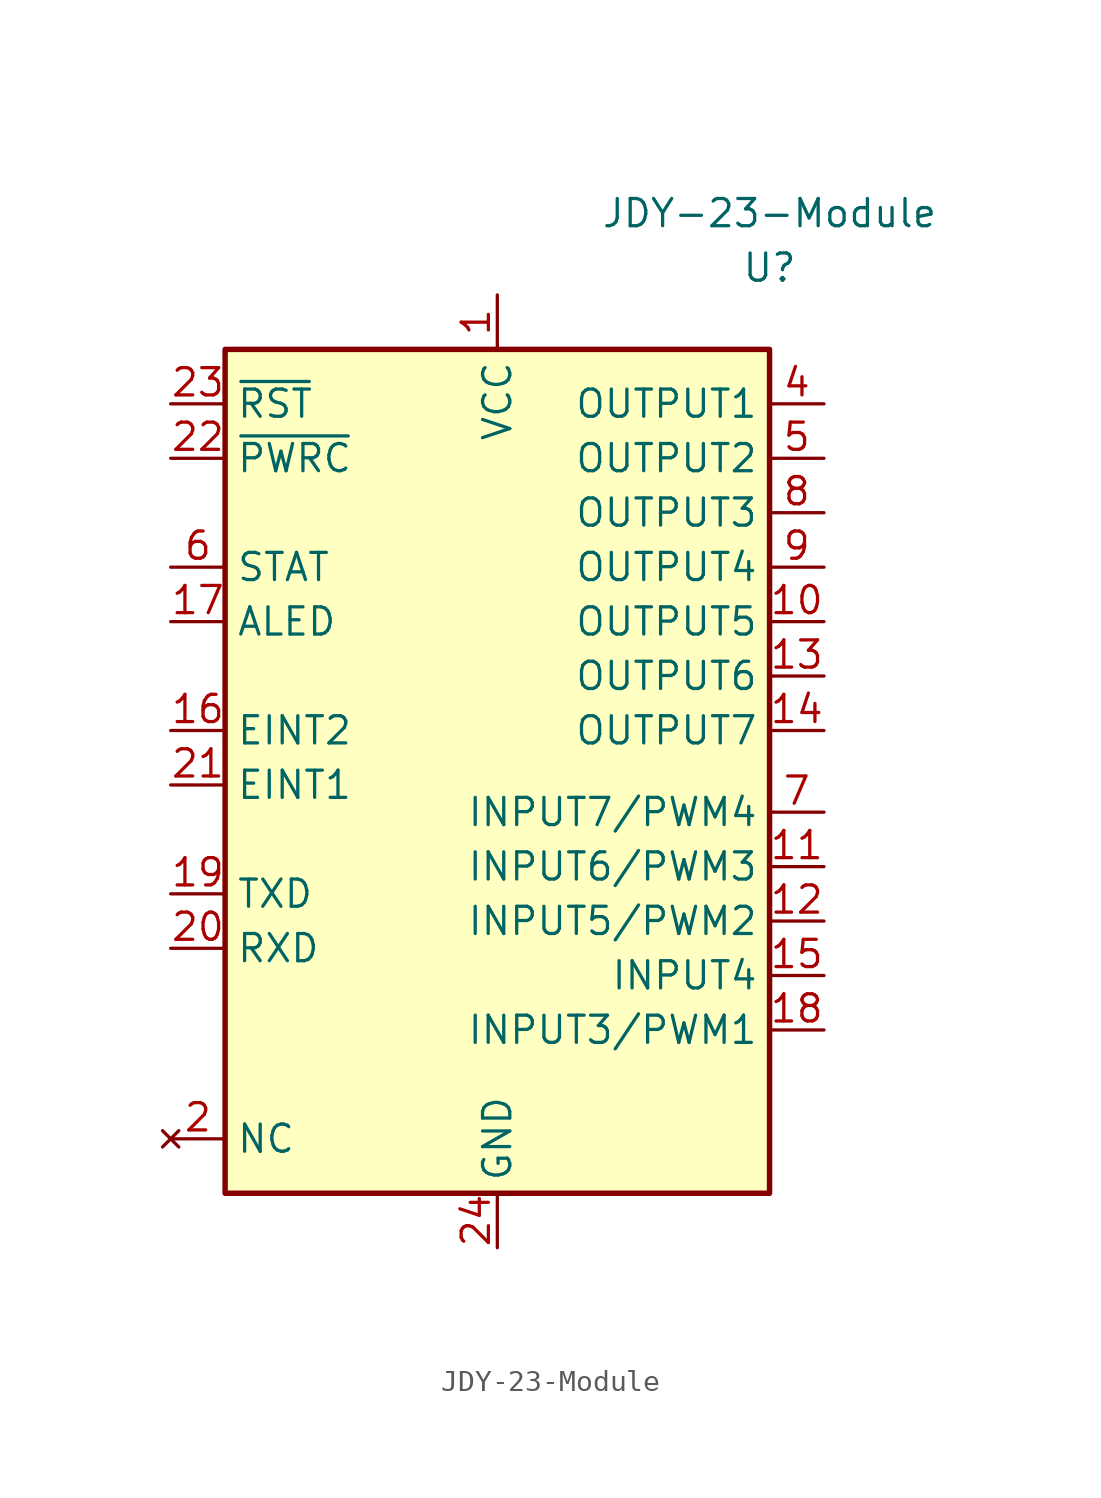
<source format=kicad_sym>
(kicad_symbol_lib
  (version 20211014)
  (generator kicad_symbol_editor)
  (symbol "JDY-23-Module"
    (property "Reference" "U"
      (at 12.7 8.89 0)
      (effects (font (size 1.27 1.27))))
    (property "Value" "JDY-23-Module"
      (at 12.7 11.43 0)
      (effects (font (size 1.27 1.27))))
    (symbol "JDY-23-Module_0_1"
      (rectangle (start -12.7 5.08) (end 12.7 -34.29) (stroke (width 0.254) (type default) (color 0 0 0 0)) (fill (type background))))
    (symbol "JDY-23-Module_1_1"
      (pin power_in line (at 0 7.62 270) (length 2.54) (name "VCC" (effects (font (size 1.27 1.27)))) (number "1" (effects (font (size 1.27 1.27)))))
      (pin output line (at 15.24 -7.62 180) (length 2.54) (name "OUTPUT5" (effects (font (size 1.27 1.27)))) (number "10" (effects (font (size 1.27 1.27)))))
      (pin bidirectional line (at 15.24 -19.05 180) (length 2.54) (name "INPUT6/PWM3" (effects (font (size 1.27 1.27)))) (number "11" (effects (font (size 1.27 1.27)))))
      (pin bidirectional line (at 15.24 -21.59 180) (length 2.54) (name "INPUT5/PWM2" (effects (font (size 1.27 1.27)))) (number "12" (effects (font (size 1.27 1.27)))))
      (pin output line (at 15.24 -10.16 180) (length 2.54) (name "OUTPUT6" (effects (font (size 1.27 1.27)))) (number "13" (effects (font (size 1.27 1.27)))))
      (pin output line (at 15.24 -12.7 180) (length 2.54) (name "OUTPUT7" (effects (font (size 1.27 1.27)))) (number "14" (effects (font (size 1.27 1.27)))))
      (pin bidirectional line (at 15.24 -24.13 180) (length 2.54) (name "INPUT4" (effects (font (size 1.27 1.27)))) (number "15" (effects (font (size 1.27 1.27)))))
      (pin input line (at -15.24 -12.7 0) (length 2.54) (name "EINT2" (effects (font (size 1.27 1.27)))) (number "16" (effects (font (size 1.27 1.27)))))
      (pin output line (at -15.24 -7.62 0) (length 2.54) (name "ALED" (effects (font (size 1.27 1.27)))) (number "17" (effects (font (size 1.27 1.27)))))
      (pin bidirectional line (at 15.24 -26.67 180) (length 2.54) (name "INPUT3/PWM1" (effects (font (size 1.27 1.27)))) (number "18" (effects (font (size 1.27 1.27)))))
      (pin bidirectional line (at -15.24 -20.32 0) (length 2.54) (name "TXD" (effects (font (size 1.27 1.27)))) (number "19" (effects (font (size 1.27 1.27)))))
      (pin no_connect line (at -15.24 -31.75 0) (length 2.54) (name "NC" (effects (font (size 1.27 1.27)))) (number "2" (effects (font (size 1.27 1.27)))))
      (pin bidirectional line (at -15.24 -22.86 0) (length 2.54) (name "RXD" (effects (font (size 1.27 1.27)))) (number "20" (effects (font (size 1.27 1.27)))))
      (pin input line (at -15.24 -15.24 0) (length 2.54) (name "EINT1" (effects (font (size 1.27 1.27)))) (number "21" (effects (font (size 1.27 1.27)))))
      (pin input line (at -15.24 0 0) (length 2.54) (name "~{PWRC}" (effects (font (size 1.27 1.27)))) (number "22" (effects (font (size 1.27 1.27)))))
      (pin input line (at -15.24 2.54 0) (length 2.54) (name "~{RST}" (effects (font (size 1.27 1.27)))) (number "23" (effects (font (size 1.27 1.27)))))
      (pin power_in line (at 0 -36.83 90) (length 2.54) (name "GND" (effects (font (size 1.27 1.27)))) (number "24" (effects (font (size 1.27 1.27)))))
      (pin no_connect line (at -15.24 -31.75 0) (length 2.54) hide (name "NC" (effects (font (size 1.27 1.27)))) (number "3" (effects (font (size 1.27 1.27)))))
      (pin output line (at 15.24 2.54 180) (length 2.54) (name "OUTPUT1" (effects (font (size 1.27 1.27)))) (number "4" (effects (font (size 1.27 1.27)))))
      (pin output line (at 15.24 0 180) (length 2.54) (name "OUTPUT2" (effects (font (size 1.27 1.27)))) (number "5" (effects (font (size 1.27 1.27)))))
      (pin output line (at -15.24 -5.08 0) (length 2.54) (name "STAT" (effects (font (size 1.27 1.27)))) (number "6" (effects (font (size 1.27 1.27)))))
      (pin bidirectional line (at 15.24 -16.51 180) (length 2.54) (name "INPUT7/PWM4" (effects (font (size 1.27 1.27)))) (number "7" (effects (font (size 1.27 1.27)))))
      (pin output line (at 15.24 -2.54 180) (length 2.54) (name "OUTPUT3" (effects (font (size 1.27 1.27)))) (number "8" (effects (font (size 1.27 1.27)))))
      (pin output line (at 15.24 -5.08 180) (length 2.54) (name "OUTPUT4" (effects (font (size 1.27 1.27)))) (number "9" (effects (font (size 1.27 1.27))))))))
</source>
